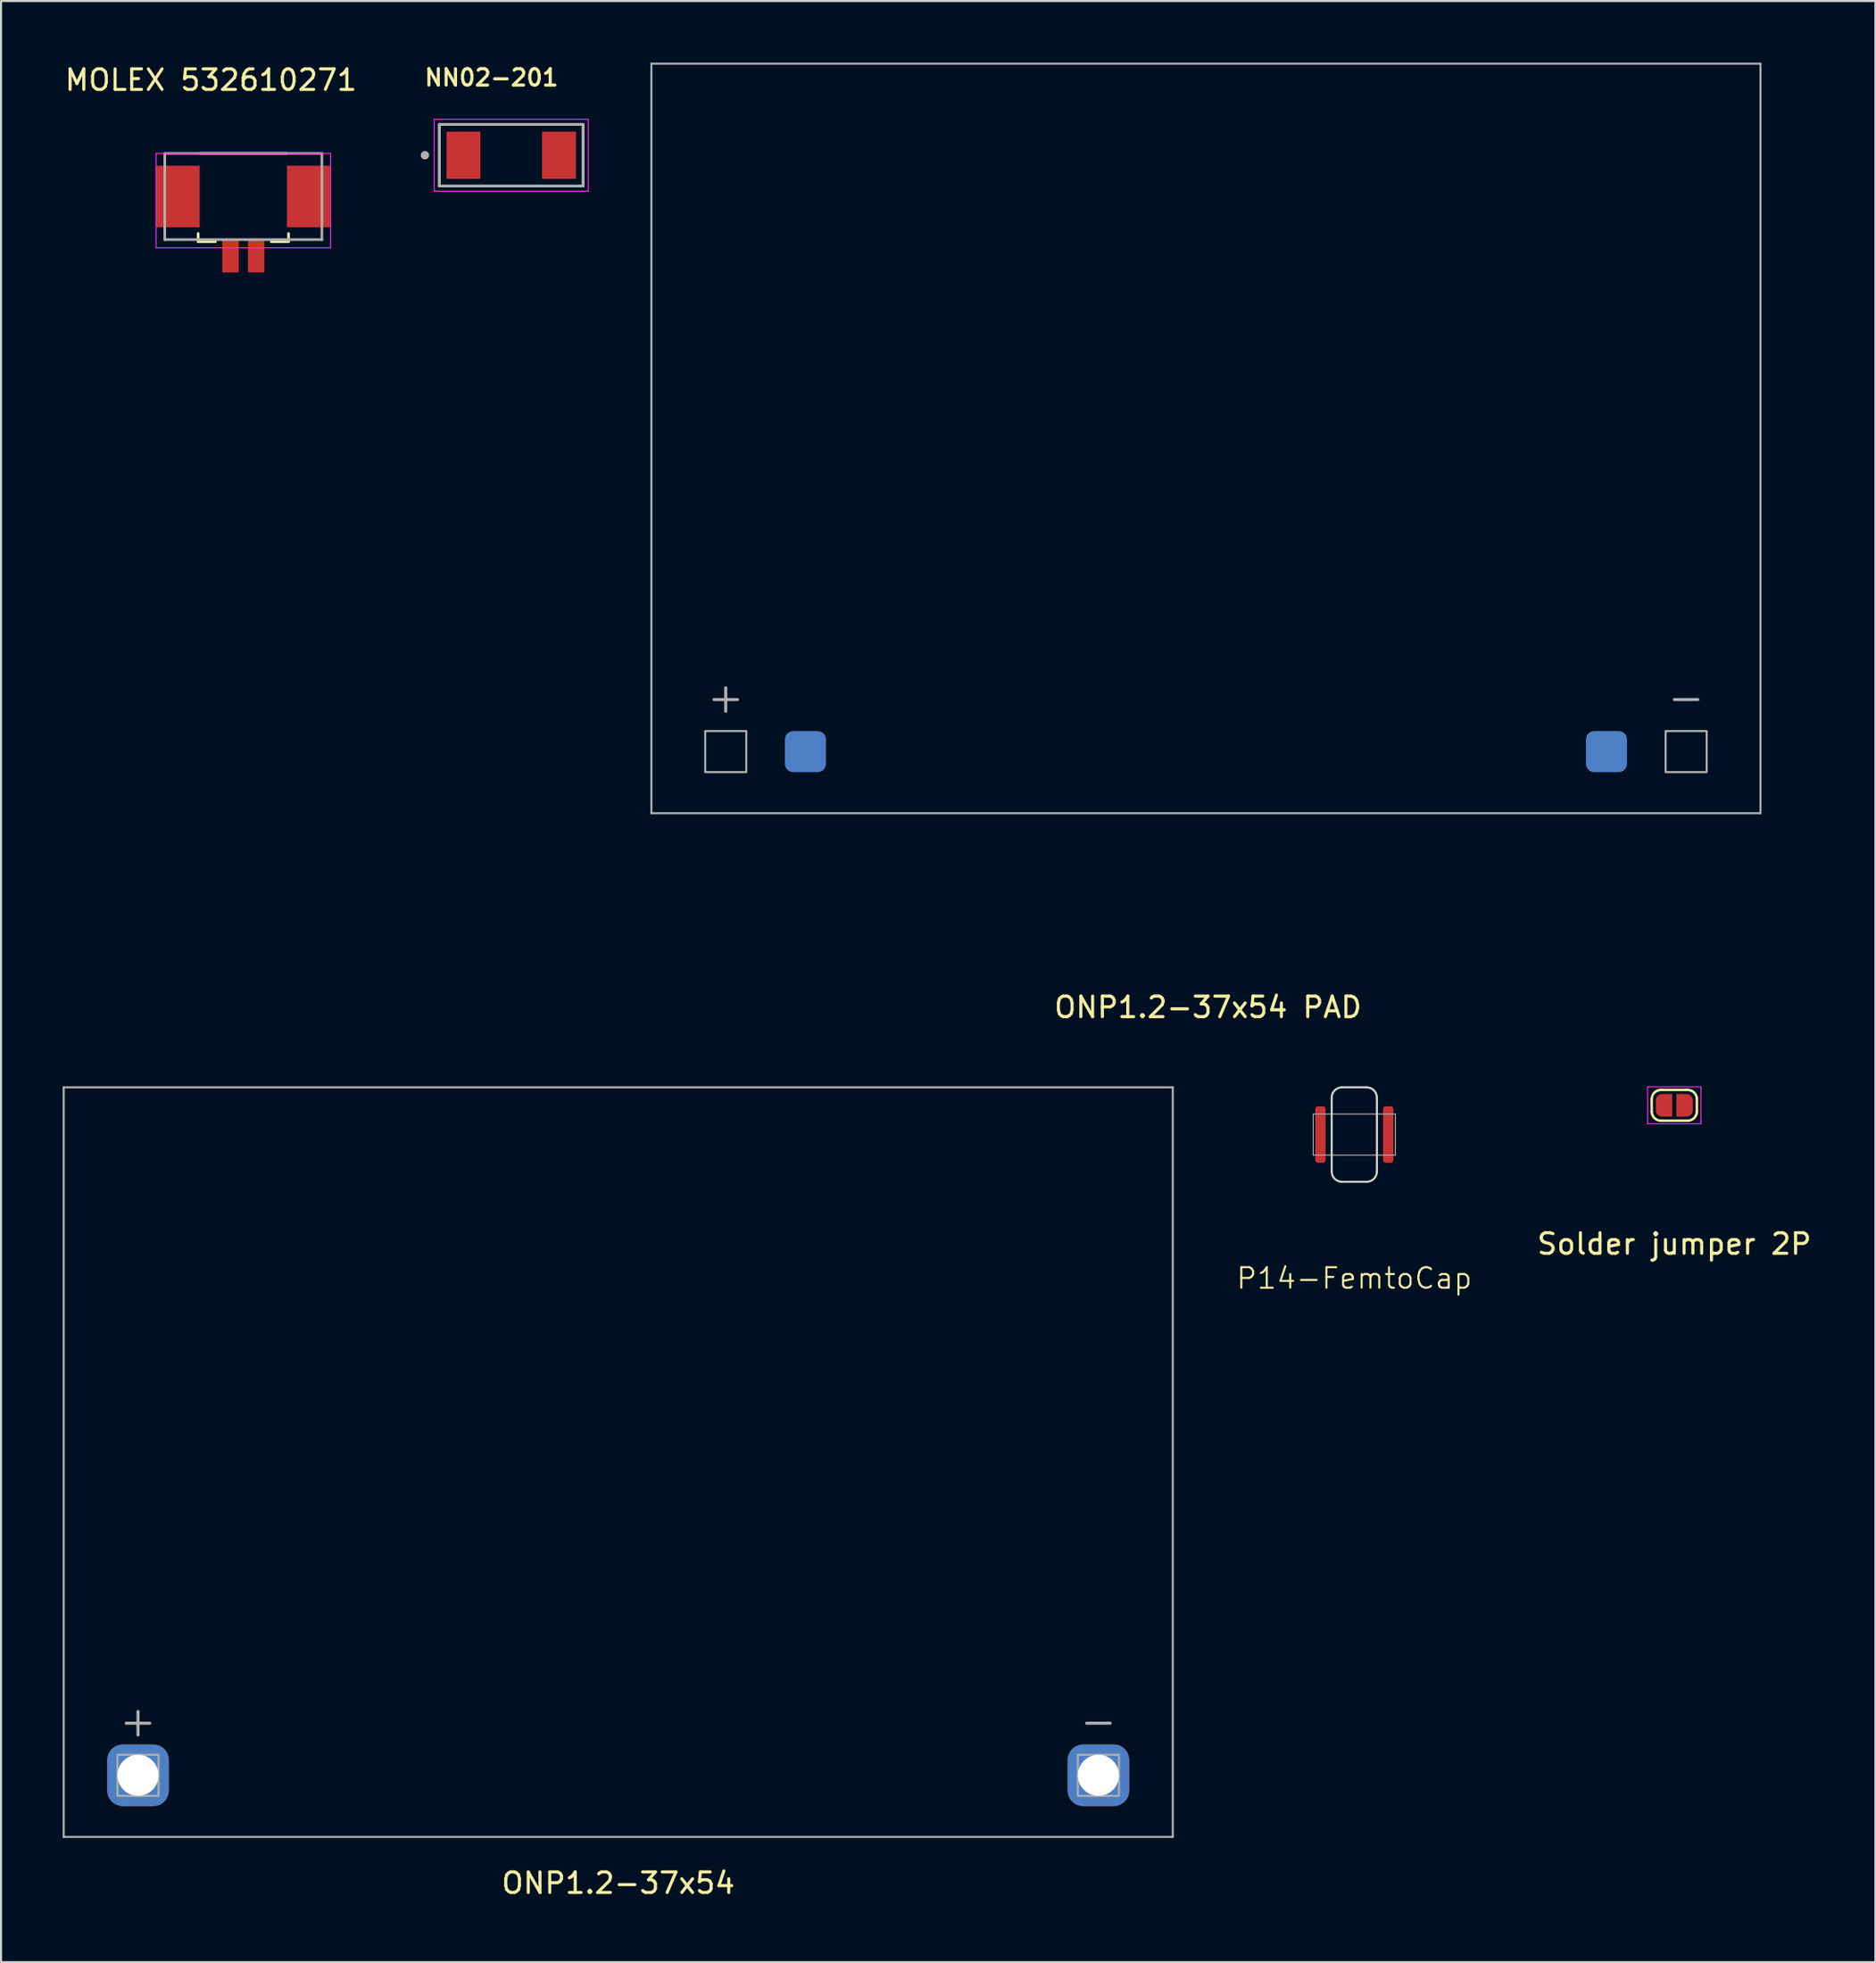
<source format=kicad_pcb>
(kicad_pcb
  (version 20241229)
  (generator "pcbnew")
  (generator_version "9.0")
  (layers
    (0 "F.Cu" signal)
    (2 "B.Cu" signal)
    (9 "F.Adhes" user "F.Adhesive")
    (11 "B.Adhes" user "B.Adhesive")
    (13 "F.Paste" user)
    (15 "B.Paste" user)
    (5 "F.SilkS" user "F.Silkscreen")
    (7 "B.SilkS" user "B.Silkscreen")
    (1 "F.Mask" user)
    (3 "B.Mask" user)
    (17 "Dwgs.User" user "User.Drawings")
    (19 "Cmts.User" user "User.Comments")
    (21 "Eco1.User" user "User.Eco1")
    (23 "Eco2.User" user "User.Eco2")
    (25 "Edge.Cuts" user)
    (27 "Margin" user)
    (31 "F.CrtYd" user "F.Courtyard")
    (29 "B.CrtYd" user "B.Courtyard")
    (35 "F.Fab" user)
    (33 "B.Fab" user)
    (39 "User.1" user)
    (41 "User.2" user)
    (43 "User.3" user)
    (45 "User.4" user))
  (footprint "ONP1.2-37x54 PAD"
    (layer "F.Cu")
    (at 55.665 18.3)
    (property "Reference" "ONP1.2-37x54 PAD" (at 0.1 27.7 0) (layer "F.SilkS") (effects (font (size 1 1) (thickness 0.15))))
    (attr through_hole)
    (fp_line (start -27 -18.25) (end 27 -18.25) (stroke (width 0.1) (type solid)) (layer "F.Fab"))
    (fp_line (start -27 18.25) (end -27 -18.25) (stroke (width 0.1) (type solid)) (layer "F.Fab"))
    (fp_line (start 27 -18.25) (end 27 18.25) (stroke (width 0.1) (type solid)) (layer "F.Fab"))
    (fp_line (start 27 18.25) (end -27 18.25) (stroke (width 0.1) (type solid)) (layer "F.Fab"))
    (fp_rect (start -24.38 14.25) (end -22.38 16.25) (stroke (width 0.1) (type default)) (fill no) (layer "F.Fab"))
    (fp_rect (start 22.38 14.25) (end 24.38 16.25) (stroke (width 0.1) (type default)) (fill no) (layer "F.Fab"))
    (fp_text user "-" (at 23.38 12.6 0) (unlocked yes) (layer "F.Fab") (effects (font (size 1.5 1.5) (thickness 0.15))))
    (fp_text user "+" (at -23.38 12.6 0) (unlocked yes) (layer "F.Fab") (effects (font (size 1.5 1.5) (thickness 0.15))))
    (pad "1" smd roundrect (at -19.5 15.25) (size 2 2) (layers "B.Cu" "B.Mask") (roundrect_rratio 0.2))
    (pad "2" smd roundrect (at 19.5 15.25) (size 2 2) (layers "B.Cu" "B.Mask") (roundrect_rratio 0.2)))
  (footprint "Solder jumper 2P"
    (layer "F.Cu")
    (at 78.468 50.773)
    (property "Reference" "Solder jumper 2P" (at 0 6.75 0) (layer "F.SilkS") (effects (font (size 1 1) (thickness 0.15))))
    (attr exclude_from_pos_files exclude_from_bom)
    (fp_line (start -1.1 0.3) (end -1.1 -0.3) (stroke (width 0.12) (type solid)) (layer "F.SilkS"))
    (fp_line (start -0.65 -0.75) (end 0.65 -0.75) (stroke (width 0.12) (type solid)) (layer "F.SilkS"))
    (fp_line (start -0.65 0.75) (end 0.65 0.75) (stroke (width 0.12) (type solid)) (layer "F.SilkS"))
    (fp_line (start 1.1 -0.3) (end 1.1 0.3) (stroke (width 0.12) (type solid)) (layer "F.SilkS"))
    (fp_arc (start -1.1 -0.3) (mid -0.968198 -0.618198) (end -0.65 -0.75) (stroke (width 0.12) (type solid)) (layer "F.SilkS"))
    (fp_arc (start -0.65 0.75) (mid -0.968198 0.618198) (end -1.1 0.3) (stroke (width 0.12) (type solid)) (layer "F.SilkS"))
    (fp_arc (start 0.65 -0.75) (mid 0.968198 -0.618198) (end 1.1 -0.3) (stroke (width 0.12) (type solid)) (layer "F.SilkS"))
    (fp_arc (start 1.1 0.3) (mid 0.968198 0.618198) (end 0.65 0.75) (stroke (width 0.12) (type solid)) (layer "F.SilkS"))
    (fp_line (start -1.3 -0.9) (end -1.3 0.9) (stroke (width 0.05) (type solid)) (layer "F.CrtYd"))
    (fp_line (start -1.3 -0.9) (end 1.3 -0.9) (stroke (width 0.05) (type solid)) (layer "F.CrtYd"))
    (fp_line (start 1.3 0.9) (end -1.3 0.9) (stroke (width 0.05) (type solid)) (layer "F.CrtYd"))
    (fp_line (start 1.3 0.9) (end 1.3 -0.9) (stroke (width 0.05) (type solid)) (layer "F.CrtYd"))
    (pad "1" smd custom (at -0.5 0) (size 0.8 0.5) (layers "F.Cu" "F.Mask") (options (anchor rect)) (primitives (gr_poly (pts (xy 0.4 0.55) (xy -0.1 0.55) (xy -0.1 -0.55) (xy 0.4 -0.55)) (width 0) (fill yes)) (gr_circle (center -0.1 -0.25) (end 0.2 -0.25) (width 0) (fill yes)) (gr_circle (center -0.1 0.25) (end 0.2 0.25) (width 0) (fill yes))))
    (pad "2" smd custom (at 0.5 0 180) (size 0.8 0.5) (layers "F.Cu" "F.Mask") (options (anchor rect)) (primitives (gr_poly (pts (xy 0.4 0.55) (xy -0.1 0.55) (xy -0.1 -0.55) (xy 0.4 -0.55)) (width 0) (fill yes)) (gr_circle (center -0.1 -0.25) (end 0.2 -0.25) (width 0) (fill yes)) (gr_circle (center -0.1 0.25) (end 0.2 0.25) (width 0) (fill yes)))))
  (footprint "P14-FemtoCap"
    (layer "F.Cu")
    (at 62.888 52.198)
    (property "Reference" "P14-FemtoCap" (at 0 7 0) (unlocked yes) (layer "F.SilkS") (effects (font (size 1 1) (thickness 0.1))))
    (attr smd)
    (fp_line (start -1.1 -1.8) (end -1.1 1.8) (stroke (width 0.1) (type default)) (layer "Edge.Cuts"))
    (fp_line (start -0.6 -2.3) (end 0.6 -2.3) (stroke (width 0.1) (type default)) (layer "Edge.Cuts"))
    (fp_line (start 0.6 2.3) (end -0.6 2.3) (stroke (width 0.1) (type default)) (layer "Edge.Cuts"))
    (fp_line (start 1.1 -1.8) (end 1.1 1.8) (stroke (width 0.1) (type default)) (layer "Edge.Cuts"))
    (fp_arc (start -1.1 -1.8) (mid -0.953553 -2.153553) (end -0.6 -2.3) (stroke (width 0.1) (type default)) (layer "Edge.Cuts"))
    (fp_arc (start -0.6 2.300001) (mid -0.953553 2.153554) (end -1.1 1.800001) (stroke (width 0.1) (type default)) (layer "Edge.Cuts"))
    (fp_arc (start 0.6 -2.3) (mid 0.953553 -2.153553) (end 1.1 -1.8) (stroke (width 0.1) (type default)) (layer "Edge.Cuts"))
    (fp_arc (start 1.1 1.8) (mid 0.953553 2.153553) (end 0.6 2.3) (stroke (width 0.1) (type default)) (layer "Edge.Cuts"))
    (fp_line (start -2 -1) (end -2 1) (stroke (width 0.05) (type default)) (layer "F.Fab"))
    (fp_line (start -2 1) (end 2 1) (stroke (width 0.05) (type default)) (layer "F.Fab"))
    (fp_line (start 2 -1) (end -2 -1) (stroke (width 0.05) (type default)) (layer "F.Fab"))
    (fp_line (start 2 1) (end 2 -1) (stroke (width 0.05) (type default)) (layer "F.Fab"))
    (fp_line (start -1.3 -1) (end -1.3 1) (stroke (width 0.05) (type default)) (layer "User.1"))
    (fp_line (start 1.3 -1) (end 1.3 1) (stroke (width 0.05) (type default)) (layer "User.1"))
    (pad "1" smd roundrect (at -1.65 0) (size 0.5 2.75) (layers "F.Cu" "F.Mask" "F.Paste") (roundrect_rratio 0.25))
    (pad "2" smd roundrect (at 1.65 0) (size 0.5 2.75) (layers "F.Cu" "F.Mask" "F.Paste") (roundrect_rratio 0.25)))
  (footprint "NN02-201"
    (layer "F.Cu")
    (at 21.84 4.509)
    (property "Reference" "NN02-201" (at -0.96 -3.778 0) (layer "F.SilkS") (effects (font (size 0.8 0.8) (thickness 0.15))))
    (attr smd)
    (fp_line (start -3.5 -1.5) (end -3.5 1.5) (stroke (width 0.127) (type solid)) (layer "F.SilkS"))
    (fp_line (start -3.5 -1.5) (end 3.5 -1.5) (stroke (width 0.127) (type solid)) (layer "F.SilkS"))
    (fp_line (start 3.5 -1.5) (end 3.5 1.5) (stroke (width 0.127) (type solid)) (layer "F.SilkS"))
    (fp_line (start 3.5 1.5) (end -3.5 1.5) (stroke (width 0.127) (type solid)) (layer "F.SilkS"))
    (fp_line (start -3.75 -1.75) (end 3.75 -1.75) (stroke (width 0.05) (type solid)) (layer "F.CrtYd"))
    (fp_line (start -3.75 1.75) (end -3.75 -1.75) (stroke (width 0.05) (type solid)) (layer "F.CrtYd"))
    (fp_line (start 3.75 -1.75) (end 3.75 1.75) (stroke (width 0.05) (type solid)) (layer "F.CrtYd"))
    (fp_line (start 3.75 1.75) (end -3.75 1.75) (stroke (width 0.05) (type solid)) (layer "F.CrtYd"))
    (fp_line (start -3.5 -1.5) (end -3.5 1.5) (stroke (width 0.127) (type solid)) (layer "F.Fab"))
    (fp_line (start -3.5 1.5) (end 3.5 1.5) (stroke (width 0.127) (type solid)) (layer "F.Fab"))
    (fp_line (start 3.5 -1.5) (end -3.5 -1.5) (stroke (width 0.127) (type solid)) (layer "F.Fab"))
    (fp_line (start 3.5 1.5) (end 3.5 -1.5) (stroke (width 0.127) (type solid)) (layer "F.Fab"))
    (fp_circle (center -4.2 0) (end -4.1 0) (stroke (width 0.2) (type solid)) (fill no) (layer "F.Fab"))
    (fp_circle (center -4.2 0) (end -4.1 0) (stroke (width 0.2) (type solid)) (fill no) (layer "F.Fab"))
    (pad "1" smd rect (at -2.325 0) (size 1.65 2.3) (layers "F.Cu" "F.Mask" "F.Paste"))
    (pad "2" smd rect (at 2.325 0) (size 1.65 2.3) (layers "F.Cu" "F.Mask" "F.Paste"))
    (zone (net_name "") (layer "F.Cu") (hatch full 0.508) (connect_pads) (min_thickness 0.01) (filled_areas_thickness no) (keepout (tracks not_allowed) (vias not_allowed) (pads not_allowed) (copperpour not_allowed) (footprints allowed)) (placement (enabled no)) (fill) (polygon (pts (xy 23.34 6.009) (xy 20.34 6.009) (xy 20.34 3.009) (xy 23.34 3.009))))
    (zone (net_name "") (layers "F.Cu" "B.Cu") (hatch full 0.508) (connect_pads) (min_thickness 0.01) (filled_areas_thickness no) (keepout (tracks allowed) (vias not_allowed) (pads allowed) (copperpour allowed) (footprints allowed)) (placement (enabled no)) (fill) (polygon (pts (xy 23.34 6.009) (xy 20.34 6.009) (xy 20.34 3.009) (xy 23.34 3.009)))))
  (footprint "ONP1.2-37x54"
    (layer "F.Cu")
    (at 27.05 68.148)
    (property "Reference" "ONP1.2-37x54" (at 0 20.5 0) (layer "F.SilkS") (effects (font (size 1 1) (thickness 0.15))))
    (attr through_hole)
    (fp_line (start -27 -18.25) (end 27 -18.25) (stroke (width 0.1) (type solid)) (layer "F.Fab"))
    (fp_line (start -27 18.25) (end -27 -18.25) (stroke (width 0.1) (type solid)) (layer "F.Fab"))
    (fp_line (start 27 -18.25) (end 27 18.25) (stroke (width 0.1) (type solid)) (layer "F.Fab"))
    (fp_line (start 27 18.25) (end -27 18.25) (stroke (width 0.1) (type solid)) (layer "F.Fab"))
    (fp_rect (start -24.38 14.25) (end -22.38 16.25) (stroke (width 0.1) (type default)) (fill no) (layer "F.Fab"))
    (fp_rect (start 22.38 14.25) (end 24.38 16.25) (stroke (width 0.1) (type default)) (fill no) (layer "F.Fab"))
    (fp_text user "+" (at -23.38 12.6 0) (unlocked yes) (layer "F.Fab") (effects (font (size 1.5 1.5) (thickness 0.15))))
    (fp_text user "-" (at 23.38 12.6 0) (unlocked yes) (layer "F.Fab") (effects (font (size 1.5 1.5) (thickness 0.15))))
    (pad "1" thru_hole roundrect (at -23.38 15.25) (size 3 3) (drill 2) (layers "*.Cu" "*.Mask") (roundrect_rratio 0.25))
    (pad "2" thru_hole roundrect (at 23.38 15.25) (size 3 3) (drill 2) (layers "*.Cu" "*.Mask") (roundrect_rratio 0.25)))
  (footprint "MOLEX 532610271"
    (layer "F.Cu")
    (at 8.797 6.518)
    (property "Reference" "MOLEX 532610271" (at -1.577 -5.67 0) (layer "F.SilkS") (effects (font (size 1 1) (thickness 0.15))))
    (attr smd)
    (fp_rect (start -4.301 -1.576) (end -2.049 1.576) (stroke (width 0.01) (type solid)) (fill yes) (layer "F.Mask"))
    (fp_rect (start -1.101 2.024) (end -0.149 3.776) (stroke (width 0.01) (type solid)) (fill yes) (layer "F.Mask"))
    (fp_rect (start 0.149 2.024) (end 1.101 3.776) (stroke (width 0.01) (type solid)) (fill yes) (layer "F.Mask"))
    (fp_rect (start 2.049 -1.576) (end 4.301 1.576) (stroke (width 0.01) (type solid)) (fill yes) (layer "F.Mask"))
    (fp_line (start -2.2 1.8) (end -2.2 2.2) (stroke (width 0.127) (type solid)) (layer "F.SilkS"))
    (fp_line (start -2.2 2.2) (end -1.36 2.2) (stroke (width 0.127) (type solid)) (layer "F.SilkS"))
    (fp_line (start 2.1 -2.1) (end -2.1 -2.1) (stroke (width 0.127) (type solid)) (layer "F.SilkS"))
    (fp_line (start 2.2 1.8) (end 2.2 2.2) (stroke (width 0.127) (type solid)) (layer "F.SilkS"))
    (fp_line (start 2.2 2.2) (end 1.36 2.2) (stroke (width 0.127) (type solid)) (layer "F.SilkS"))
    (fp_line (start -4.25 -2.1) (end 4.25 -2.1) (stroke (width 0.05) (type solid)) (layer "F.CrtYd"))
    (fp_line (start -4.25 2.5) (end -4.25 -2.1) (stroke (width 0.05) (type solid)) (layer "F.CrtYd"))
    (fp_line (start -4.25 2.5) (end 4.25 2.5) (stroke (width 0.05) (type solid)) (layer "F.CrtYd"))
    (fp_line (start 4.25 -2.1) (end 4.25 2.5) (stroke (width 0.05) (type solid)) (layer "F.CrtYd"))
    (fp_line (start -3.825 -2.1) (end 3.825 -2.1) (stroke (width 0.127) (type solid)) (layer "F.Fab"))
    (fp_line (start -3.825 2.1) (end -3.825 -2.1) (stroke (width 0.127) (type solid)) (layer "F.Fab"))
    (fp_line (start 3.825 -2.1) (end 3.825 2.1) (stroke (width 0.127) (type solid)) (layer "F.Fab"))
    (fp_line (start 3.825 2.1) (end -3.825 2.1) (stroke (width 0.127) (type solid)) (layer "F.Fab"))
    (pad "1" smd rect (at 0.625 2.9 180) (size 0.8 1.6) (layers "F.Cu" "F.Paste"))
    (pad "2" smd rect (at -0.625 2.9 180) (size 0.8 1.6) (layers "F.Cu" "F.Paste"))
    (pad "S1" smd rect (at 3.175 0 180) (size 2.1 3) (layers "F.Cu" "F.Paste"))
    (pad "S2" smd rect (at -3.175 0 180) (size 2.1 3) (layers "F.Cu" "F.Paste")))
  (gr_rect
    (start -3 -3)
    (end 88.26 92.496)
    (stroke (width 0.1) (type default))
    (fill no)
    (layer "Edge.Cuts")))
</source>
